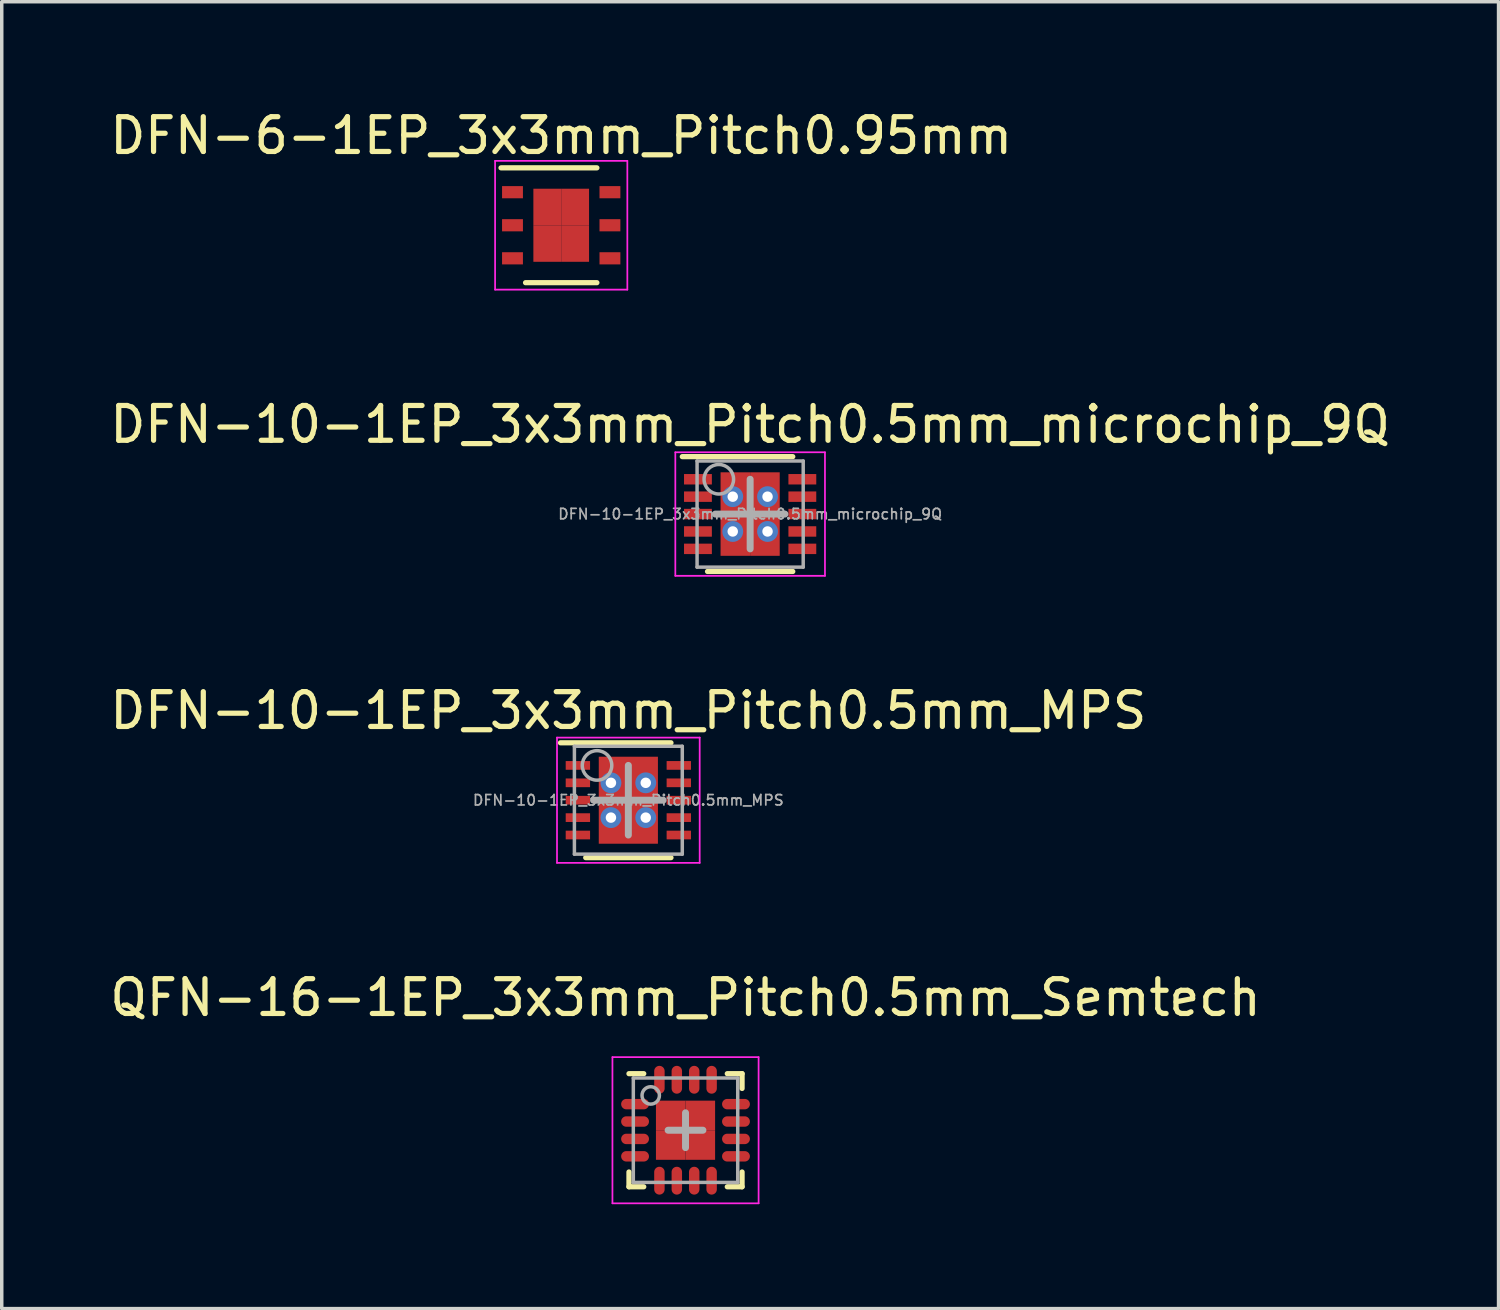
<source format=kicad_pcb>
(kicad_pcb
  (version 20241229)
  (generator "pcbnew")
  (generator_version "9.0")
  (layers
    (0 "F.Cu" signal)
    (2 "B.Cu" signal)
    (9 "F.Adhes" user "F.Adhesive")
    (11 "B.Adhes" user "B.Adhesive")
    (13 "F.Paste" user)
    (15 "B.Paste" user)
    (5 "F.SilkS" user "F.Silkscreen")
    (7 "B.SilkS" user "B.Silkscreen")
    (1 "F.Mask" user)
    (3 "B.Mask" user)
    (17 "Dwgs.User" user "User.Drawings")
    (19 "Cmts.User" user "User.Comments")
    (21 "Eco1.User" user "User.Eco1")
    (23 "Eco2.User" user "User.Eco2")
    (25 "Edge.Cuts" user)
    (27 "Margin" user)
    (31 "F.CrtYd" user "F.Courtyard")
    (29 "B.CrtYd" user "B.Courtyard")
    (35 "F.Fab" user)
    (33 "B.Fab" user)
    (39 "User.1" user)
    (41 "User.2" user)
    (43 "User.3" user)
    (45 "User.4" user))
  (footprint "DFN-6-1EP_3x3mm_Pitch0.95mm"
    (layer "F.Cu")
    (at 13.077 3.423)
    (property "Reference" "DFN-6-1EP_3x3mm_Pitch0.95mm" (at 0 -2.575 0) (layer "F.SilkS") (effects (font (size 1 1) (thickness 0.15))))
    (attr smd)
    (fp_line (start -1.73 -1.65) (end 1.025 -1.65) (stroke (width 0.15) (type solid)) (layer "F.SilkS"))
    (fp_line (start -1.025 1.65) (end 1.025 1.65) (stroke (width 0.15) (type solid)) (layer "F.SilkS"))
    (fp_line (start -1.9 -1.85) (end -1.9 1.85) (stroke (width 0.05) (type solid)) (layer "F.CrtYd"))
    (fp_line (start -1.9 -1.85) (end 1.9 -1.85) (stroke (width 0.05) (type solid)) (layer "F.CrtYd"))
    (fp_line (start -1.9 1.85) (end 1.9 1.85) (stroke (width 0.05) (type solid)) (layer "F.CrtYd"))
    (fp_line (start 1.9 -1.85) (end 1.9 1.85) (stroke (width 0.05) (type solid)) (layer "F.CrtYd"))
    (pad "1" smd rect (at -1.4 -0.95) (size 0.6 0.35) (layers "F.Cu" "F.Mask" "F.Paste"))
    (pad "2" smd rect (at -1.4 0) (size 0.6 0.35) (layers "F.Cu" "F.Mask" "F.Paste"))
    (pad "3" smd rect (at -1.4 0.95) (size 0.6 0.35) (layers "F.Cu" "F.Mask" "F.Paste"))
    (pad "4" smd rect (at 1.4 0.95) (size 0.6 0.35) (layers "F.Cu" "F.Mask" "F.Paste"))
    (pad "5" smd rect (at 1.4 0) (size 0.6 0.35) (layers "F.Cu" "F.Mask" "F.Paste"))
    (pad "6" smd rect (at 1.4 -0.95) (size 0.6 0.35) (layers "F.Cu" "F.Mask" "F.Paste"))
    (pad "7" smd rect (at -0.4 -0.525) (size 0.8 1.05) (layers "F.Cu" "F.Mask" "F.Paste"))
    (pad "7" smd rect (at -0.4 0.525) (size 0.8 1.05) (layers "F.Cu" "F.Mask" "F.Paste"))
    (pad "7" smd rect (at 0.4 -0.525) (size 0.8 1.05) (layers "F.Cu" "F.Mask" "F.Paste"))
    (pad "7" smd rect (at 0.4 0.525) (size 0.8 1.05) (layers "F.Cu" "F.Mask" "F.Paste")))
  (footprint "DFN-10-1EP_3x3mm_Pitch0.5mm_MPS"
    (layer "F.Cu")
    (at 15.006 19.945)
    (property "Reference" "DFN-10-1EP_3x3mm_Pitch0.5mm_MPS" (at 0 -2.575 0) (layer "F.SilkS") (effects (font (size 1 1) (thickness 0.15))))
    (attr smd)
    (fp_line (start -1.95 -1.65) (end 1.225 -1.65) (stroke (width 0.15) (type solid)) (layer "F.SilkS"))
    (fp_line (start -1.225 1.65) (end 1.225 1.65) (stroke (width 0.15) (type solid)) (layer "F.SilkS"))
    (fp_poly (pts (xy -0.755 0.095) (xy -0.095 0.095) (xy -0.095 1.155) (xy -0.755 1.155)) (stroke (width 0.001) (type solid)) (fill yes) (layer "F.Paste"))
    (fp_poly (pts (xy -0.095 -0.095) (xy -0.755 -0.095) (xy -0.755 -1.155) (xy -0.095 -1.155)) (stroke (width 0.001) (type solid)) (fill yes) (layer "F.Paste"))
    (fp_poly (pts (xy 0.095 0.095) (xy 0.755 0.095) (xy 0.755 1.155) (xy 0.095 1.155)) (stroke (width 0.001) (type solid)) (fill yes) (layer "F.Paste"))
    (fp_poly (pts (xy 0.755 -0.095) (xy 0.095 -0.095) (xy 0.095 -1.155) (xy 0.755 -1.155)) (stroke (width 0.001) (type solid)) (fill yes) (layer "F.Paste"))
    (fp_line (start -2.05 -1.8) (end -2.05 1.8) (stroke (width 0.05) (type solid)) (layer "F.CrtYd"))
    (fp_line (start -2.05 -1.8) (end 2.05 -1.8) (stroke (width 0.05) (type solid)) (layer "F.CrtYd"))
    (fp_line (start -2.05 1.8) (end 2.05 1.8) (stroke (width 0.05) (type solid)) (layer "F.CrtYd"))
    (fp_line (start 2.05 -1.8) (end 2.05 1.8) (stroke (width 0.05) (type solid)) (layer "F.CrtYd"))
    (fp_line (start -1.55 -1.55) (end 1.55 -1.55) (stroke (width 0.1) (type solid)) (layer "F.Fab"))
    (fp_line (start -1.55 1.55) (end -1.55 -1.55) (stroke (width 0.1) (type solid)) (layer "F.Fab"))
    (fp_line (start -1 0) (end 1 0) (stroke (width 0.2) (type solid)) (layer "F.Fab"))
    (fp_line (start 0 -1) (end 0 1) (stroke (width 0.2) (type solid)) (layer "F.Fab"))
    (fp_line (start 1.55 -1.55) (end 1.55 1.55) (stroke (width 0.1) (type solid)) (layer "F.Fab"))
    (fp_line (start 1.55 1.55) (end -1.55 1.55) (stroke (width 0.1) (type solid)) (layer "F.Fab"))
    (fp_circle (center -0.9 -1) (end -0.476 -1) (stroke (width 0.1) (type solid)) (fill no) (layer "F.Fab"))
    (fp_text user "${REFERENCE}" (at 0 0 0) (layer "F.Fab") (effects (font (size 0.3 0.3) (thickness 0.05))))
    (pad "1" smd rect (at -1.45 -1) (size 0.7 0.25) (layers "F.Cu" "F.Mask" "F.Paste"))
    (pad "2" smd rect (at -1.45 -0.5) (size 0.7 0.25) (layers "F.Cu" "F.Mask" "F.Paste"))
    (pad "3" smd rect (at -1.45 0) (size 0.7 0.25) (layers "F.Cu" "F.Mask" "F.Paste"))
    (pad "4" smd rect (at -1.45 0.5) (size 0.7 0.25) (layers "F.Cu" "F.Mask" "F.Paste"))
    (pad "5" smd rect (at -1.45 1) (size 0.7 0.25) (layers "F.Cu" "F.Mask" "F.Paste"))
    (pad "6" smd rect (at 1.45 1) (size 0.7 0.25) (layers "F.Cu" "F.Mask" "F.Paste"))
    (pad "7" smd rect (at 1.45 0.5) (size 0.7 0.25) (layers "F.Cu" "F.Mask" "F.Paste"))
    (pad "8" smd rect (at 1.45 0) (size 0.7 0.25) (layers "F.Cu" "F.Mask" "F.Paste"))
    (pad "9" smd rect (at 1.45 -0.5) (size 0.7 0.25) (layers "F.Cu" "F.Mask" "F.Paste"))
    (pad "10" smd rect (at 1.45 -1) (size 0.7 0.25) (layers "F.Cu" "F.Mask" "F.Paste"))
    (pad "11" thru_hole circle (at -0.5 -0.5) (size 0.6 0.6) (drill 0.3) (layers "*.Cu" "F.Mask"))
    (pad "11" thru_hole circle (at -0.5 0.5) (size 0.6 0.6) (drill 0.3) (layers "*.Cu" "F.Mask"))
    (pad "11" smd rect (at 0 0) (size 1.7 2.5) (layers "F.Cu" "F.Mask"))
    (pad "11" thru_hole circle (at 0.5 -0.5) (size 0.6 0.6) (drill 0.3) (layers "*.Cu" "F.Mask"))
    (pad "11" thru_hole circle (at 0.5 0.5) (size 0.6 0.6) (drill 0.3) (layers "*.Cu" "F.Mask")))
  (footprint "DFN-10-1EP_3x3mm_Pitch0.5mm_microchip_9Q"
    (layer "F.Cu")
    (at 18.506 11.722)
    (property "Reference" "DFN-10-1EP_3x3mm_Pitch0.5mm_microchip_9Q" (at 0 -2.575 0) (layer "F.SilkS") (effects (font (size 1 1) (thickness 0.15))))
    (attr smd)
    (fp_line (start -1.95 -1.65) (end 1.225 -1.65) (stroke (width 0.15) (type solid)) (layer "F.SilkS"))
    (fp_line (start -1.225 1.65) (end 1.225 1.65) (stroke (width 0.15) (type solid)) (layer "F.SilkS"))
    (fp_line (start -2.15 -1.775) (end -2.15 1.775) (stroke (width 0.05) (type solid)) (layer "F.CrtYd"))
    (fp_line (start -2.15 -1.775) (end 2.15 -1.775) (stroke (width 0.05) (type solid)) (layer "F.CrtYd"))
    (fp_line (start -2.15 1.775) (end 2.15 1.775) (stroke (width 0.05) (type solid)) (layer "F.CrtYd"))
    (fp_line (start 2.15 -1.775) (end 2.15 1.775) (stroke (width 0.05) (type solid)) (layer "F.CrtYd"))
    (fp_line (start -1.525 -1.525) (end 1.525 -1.525) (stroke (width 0.1) (type solid)) (layer "F.Fab"))
    (fp_line (start -1.525 1.525) (end -1.525 -1.525) (stroke (width 0.1) (type solid)) (layer "F.Fab"))
    (fp_line (start -1 0) (end 1 0) (stroke (width 0.2) (type solid)) (layer "F.Fab"))
    (fp_line (start 0 -1) (end 0 1) (stroke (width 0.2) (type solid)) (layer "F.Fab"))
    (fp_line (start 1.525 -1.525) (end 1.525 1.525) (stroke (width 0.1) (type solid)) (layer "F.Fab"))
    (fp_line (start 1.525 1.525) (end -1.525 1.525) (stroke (width 0.1) (type solid)) (layer "F.Fab"))
    (fp_circle (center -0.9 -1) (end -0.476 -1) (stroke (width 0.1) (type solid)) (fill no) (layer "F.Fab"))
    (fp_text user "${REFERENCE}" (at 0 0 0) (layer "F.Fab") (effects (font (size 0.3 0.3) (thickness 0.05))))
    (pad "1" smd rect (at -1.5 -1) (size 0.8 0.3) (layers "F.Cu" "F.Mask" "F.Paste"))
    (pad "2" smd rect (at -1.5 -0.5) (size 0.8 0.3) (layers "F.Cu" "F.Mask" "F.Paste"))
    (pad "3" smd rect (at -1.5 0) (size 0.8 0.3) (layers "F.Cu" "F.Mask" "F.Paste"))
    (pad "4" smd rect (at -1.5 0.5) (size 0.8 0.3) (layers "F.Cu" "F.Mask" "F.Paste"))
    (pad "5" smd rect (at -1.5 1) (size 0.8 0.3) (layers "F.Cu" "F.Mask" "F.Paste"))
    (pad "6" smd rect (at 1.5 1) (size 0.8 0.3) (layers "F.Cu" "F.Mask" "F.Paste"))
    (pad "7" smd rect (at 1.5 0.5) (size 0.8 0.3) (layers "F.Cu" "F.Mask" "F.Paste"))
    (pad "8" smd rect (at 1.5 0) (size 0.8 0.3) (layers "F.Cu" "F.Mask" "F.Paste"))
    (pad "9" smd rect (at 1.5 -0.5) (size 0.8 0.3) (layers "F.Cu" "F.Mask" "F.Paste"))
    (pad "10" smd rect (at 1.5 -1) (size 0.8 0.3) (layers "F.Cu" "F.Mask" "F.Paste"))
    (pad "11" thru_hole circle (at -0.5 -0.5) (size 0.6 0.6) (drill 0.3) (layers "*.Cu" "F.Mask"))
    (pad "11" thru_hole circle (at -0.5 0.5) (size 0.6 0.6) (drill 0.3) (layers "*.Cu" "F.Mask"))
    (pad "11" smd rect (at -0.425 -0.6) (size 0.85 1.2) (layers "F.Cu" "F.Mask" "F.Paste"))
    (pad "11" smd rect (at -0.425 0.6) (size 0.85 1.2) (layers "F.Cu" "F.Mask" "F.Paste"))
    (pad "11" smd rect (at 0.425 -0.6) (size 0.85 1.2) (layers "F.Cu" "F.Mask" "F.Paste"))
    (pad "11" smd rect (at 0.425 0.6) (size 0.85 1.2) (layers "F.Cu" "F.Mask" "F.Paste"))
    (pad "11" thru_hole circle (at 0.5 -0.5) (size 0.6 0.6) (drill 0.3) (layers "*.Cu" "F.Mask"))
    (pad "11" thru_hole circle (at 0.5 0.5) (size 0.6 0.6) (drill 0.3) (layers "*.Cu" "F.Mask")))
  (footprint "QFN-16-1EP_3x3mm_Pitch0.5mm_Semtech"
    (layer "F.Cu")
    (at 16.649 29.428)
    (property "Reference" "QFN-16-1EP_3x3mm_Pitch0.5mm_Semtech" (at 0 -3.81 0) (layer "F.SilkS") (effects (font (size 1 1) (thickness 0.15))))
    (attr smd)
    (fp_line (start -1.625 -1.625) (end -1.2 -1.625) (stroke (width 0.15) (type solid)) (layer "F.SilkS"))
    (fp_line (start -1.625 1.625) (end -1.625 1.2) (stroke (width 0.15) (type solid)) (layer "F.SilkS"))
    (fp_line (start -1.625 1.625) (end -1.2 1.625) (stroke (width 0.15) (type solid)) (layer "F.SilkS"))
    (fp_line (start 1.625 -1.625) (end 1.2 -1.625) (stroke (width 0.15) (type solid)) (layer "F.SilkS"))
    (fp_line (start 1.625 -1.625) (end 1.625 -1.2) (stroke (width 0.15) (type solid)) (layer "F.SilkS"))
    (fp_line (start 1.625 1.625) (end 1.2 1.625) (stroke (width 0.15) (type solid)) (layer "F.SilkS"))
    (fp_line (start 1.625 1.625) (end 1.625 1.2) (stroke (width 0.15) (type solid)) (layer "F.SilkS"))
    (fp_line (start -2.1 -2.1) (end -2.1 2.1) (stroke (width 0.05) (type solid)) (layer "F.CrtYd"))
    (fp_line (start -2.1 -2.1) (end 2.1 -2.1) (stroke (width 0.05) (type solid)) (layer "F.CrtYd"))
    (fp_line (start -2.1 2.1) (end 2.1 2.1) (stroke (width 0.05) (type solid)) (layer "F.CrtYd"))
    (fp_line (start 2.1 -2.1) (end 2.1 2.1) (stroke (width 0.05) (type solid)) (layer "F.CrtYd"))
    (fp_line (start -1.5 -1.5) (end -1.5 1.5) (stroke (width 0.1) (type solid)) (layer "F.Fab"))
    (fp_line (start -1.5 1.5) (end 1.5 1.5) (stroke (width 0.1) (type solid)) (layer "F.Fab"))
    (fp_line (start -0.5 0) (end 0.5 0) (stroke (width 0.2) (type solid)) (layer "F.Fab"))
    (fp_line (start 0 -0.5) (end 0 0.5) (stroke (width 0.2) (type solid)) (layer "F.Fab"))
    (fp_line (start 1.5 -1.5) (end -1.5 -1.5) (stroke (width 0.1) (type solid)) (layer "F.Fab"))
    (fp_line (start 1.5 1.5) (end 1.5 -1.5) (stroke (width 0.1) (type solid)) (layer "F.Fab"))
    (fp_circle (center -1 -1) (end -0.75 -1) (stroke (width 0.1) (type solid)) (fill no) (layer "F.Fab"))
    (pad "1" smd oval (at -1.45 -0.75) (size 0.8 0.3) (layers "F.Cu" "F.Mask" "F.Paste"))
    (pad "2" smd oval (at -1.45 -0.25) (size 0.8 0.3) (layers "F.Cu" "F.Mask" "F.Paste"))
    (pad "3" smd oval (at -1.45 0.25) (size 0.8 0.3) (layers "F.Cu" "F.Mask" "F.Paste"))
    (pad "4" smd oval (at -1.45 0.75) (size 0.8 0.3) (layers "F.Cu" "F.Mask" "F.Paste"))
    (pad "5" smd oval (at -0.75 1.45 90) (size 0.8 0.3) (layers "F.Cu" "F.Mask" "F.Paste"))
    (pad "6" smd oval (at -0.25 1.45 90) (size 0.8 0.3) (layers "F.Cu" "F.Mask" "F.Paste"))
    (pad "7" smd oval (at 0.25 1.45 90) (size 0.8 0.3) (layers "F.Cu" "F.Mask" "F.Paste"))
    (pad "8" smd oval (at 0.75 1.45 90) (size 0.8 0.3) (layers "F.Cu" "F.Mask" "F.Paste"))
    (pad "9" smd oval (at 1.45 0.75) (size 0.8 0.3) (layers "F.Cu" "F.Mask" "F.Paste"))
    (pad "10" smd oval (at 1.45 0.25) (size 0.8 0.3) (layers "F.Cu" "F.Mask" "F.Paste"))
    (pad "11" smd oval (at 1.45 -0.25) (size 0.8 0.3) (layers "F.Cu" "F.Mask" "F.Paste"))
    (pad "12" smd oval (at 1.45 -0.75) (size 0.8 0.3) (layers "F.Cu" "F.Mask" "F.Paste"))
    (pad "13" smd oval (at 0.75 -1.45 90) (size 0.8 0.3) (layers "F.Cu" "F.Mask" "F.Paste"))
    (pad "14" smd oval (at 0.25 -1.45 90) (size 0.8 0.3) (layers "F.Cu" "F.Mask" "F.Paste"))
    (pad "15" smd oval (at -0.25 -1.45 90) (size 0.8 0.3) (layers "F.Cu" "F.Mask" "F.Paste"))
    (pad "16" smd oval (at -0.75 -1.45 90) (size 0.8 0.3) (layers "F.Cu" "F.Mask" "F.Paste"))
    (pad "17" smd rect (at -0.425 -0.425) (size 0.85 0.85) (layers "F.Cu" "F.Mask" "F.Paste"))
    (pad "17" smd rect (at -0.425 0.425) (size 0.85 0.85) (layers "F.Cu" "F.Mask" "F.Paste"))
    (pad "17" smd rect (at 0.425 -0.425) (size 0.85 0.85) (layers "F.Cu" "F.Mask" "F.Paste"))
    (pad "17" smd rect (at 0.425 0.425) (size 0.85 0.85) (layers "F.Cu" "F.Mask" "F.Paste")))
  (gr_rect
    (start -3 -3)
    (end 40.012 34.553)
    (stroke (width 0.1) (type default))
    (fill no)
    (layer "Edge.Cuts")))
</source>
